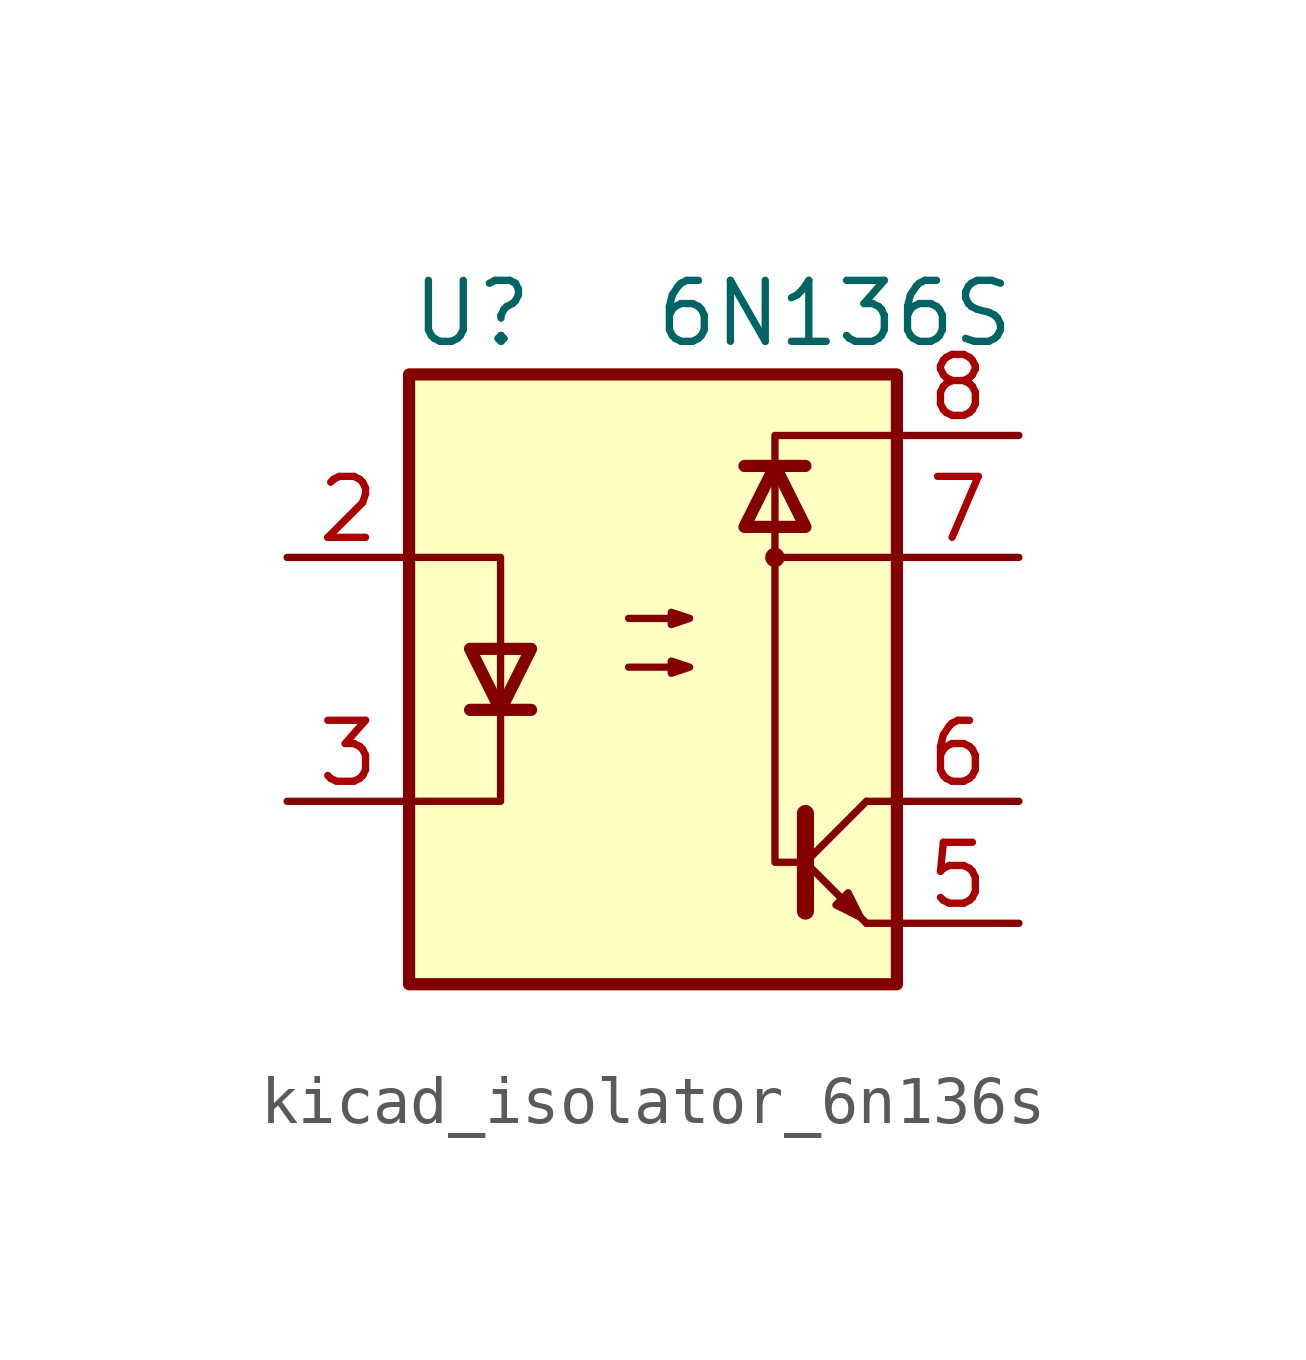
<source format=kicad_sym>
(kicad_symbol_lib
  (version 20220914)
  (generator kicad_symbol_editor)
  (symbol "kicad_isolator_6n136s"
    (pin_names
      (offset 1.016))
    (property "Reference" "U"
      (at -5.08 7.62 0)
      (effects (font (size 1.27 1.27)) (justify left)))
    (property "Value" "6N136S"
      (at 0 7.62 0)
      (effects (font (size 1.27 1.27)) (justify left)))
    (symbol "kicad_isolator_6n136s_0_1"
      (rectangle (start -5.08 6.35) (end 5.08 -6.35) (stroke (width 0.254) (type default)) (fill (type background)))
      (polyline (pts (xy -3.81 -0.635) (xy -2.54 -0.635)) (stroke (width 0.254) (type default)) (fill (type none)))
      (polyline (pts (xy 1.905 4.445) (xy 3.175 4.445)) (stroke (width 0.254) (type default)) (fill (type none)))
      (polyline (pts (xy 3.175 -2.794) (xy 3.175 -4.826)) (stroke (width 0.356) (type default)) (fill (type none)))
      (polyline (pts (xy 3.302 -3.937) (xy 4.445 -5.08)) (stroke (width 0) (type default)) (fill (type none)))
      (polyline (pts (xy 3.302 -3.683) (xy 4.445 -2.54)) (stroke (width 0) (type default)) (fill (type none)))
      (polyline (pts (xy 5.08 -5.08) (xy 4.445 -5.08)) (stroke (width 0) (type default)) (fill (type none)))
      (polyline (pts (xy 5.08 -2.54) (xy 4.445 -2.54)) (stroke (width 0) (type default)) (fill (type none)))
      (polyline (pts (xy 5.08 2.54) (xy 2.54 2.54)) (stroke (width 0) (type default)) (fill (type none)))
      (polyline (pts (xy -5.08 2.54) (xy -3.175 2.54) (xy -3.175 -2.54) (xy -5.08 -2.54)) (stroke (width 0) (type default)) (fill (type none)))
      (polyline (pts (xy -3.175 -0.635) (xy -3.81 0.635) (xy -2.54 0.635) (xy -3.175 -0.635)) (stroke (width 0.254) (type default)) (fill (type none)))
      (polyline (pts (xy 2.54 4.445) (xy 1.905 3.175) (xy 3.175 3.175) (xy 2.54 4.445)) (stroke (width 0.254) (type default)) (fill (type none)))
      (polyline (pts (xy 4.318 -4.953) (xy 4.064 -4.445) (xy 3.81 -4.699) (xy 4.318 -4.953)) (stroke (width 0) (type default)) (fill (type none)))
      (polyline (pts (xy 5.08 5.08) (xy 2.54 5.08) (xy 2.54 -3.81) (xy 3.175 -3.81)) (stroke (width 0) (type default)) (fill (type none)))
      (polyline (pts (xy -0.508 0.254) (xy 0.762 0.254) (xy 0.381 0.127) (xy 0.381 0.381) (xy 0.762 0.254)) (stroke (width 0) (type default)) (fill (type none)))
      (polyline (pts (xy -0.508 1.27) (xy 0.762 1.27) (xy 0.381 1.143) (xy 0.381 1.397) (xy 0.762 1.27)) (stroke (width 0) (type default)) (fill (type none)))
      (circle (center 2.54 2.54) (radius 0.127) (stroke (width 0) (type default)) (fill (type none))))
    (symbol "kicad_isolator_6n136s_1_1"
      (pin no_connect line (at -5.08 5.08 0) (length 2.54) hide (name "NC" (effects (font (size 1.27 1.27)))) (number "1" (effects (font (size 1.27 1.27)))))
      (pin passive line (at -7.62 2.54 0) (length 2.54) (name "~" (effects (font (size 1.27 1.27)))) (number "2" (effects (font (size 1.27 1.27)))))
      (pin passive line (at -7.62 -2.54 0) (length 2.54) (name "~" (effects (font (size 1.27 1.27)))) (number "3" (effects (font (size 1.27 1.27)))))
      (pin no_connect line (at -5.08 -5.08 0) (length 2.54) hide (name "NC" (effects (font (size 1.27 1.27)))) (number "4" (effects (font (size 1.27 1.27)))))
      (pin passive line (at 7.62 -5.08 180) (length 2.54) (name "~" (effects (font (size 1.27 1.27)))) (number "5" (effects (font (size 1.27 1.27)))))
      (pin passive line (at 7.62 -2.54 180) (length 2.54) (name "~" (effects (font (size 1.27 1.27)))) (number "6" (effects (font (size 1.27 1.27)))))
      (pin passive line (at 7.62 2.54 180) (length 2.54) (name "~" (effects (font (size 1.27 1.27)))) (number "7" (effects (font (size 1.27 1.27)))))
      (pin passive line (at 7.62 5.08 180) (length 2.54) (name "~" (effects (font (size 1.27 1.27)))) (number "8" (effects (font (size 1.27 1.27))))))))
</source>
